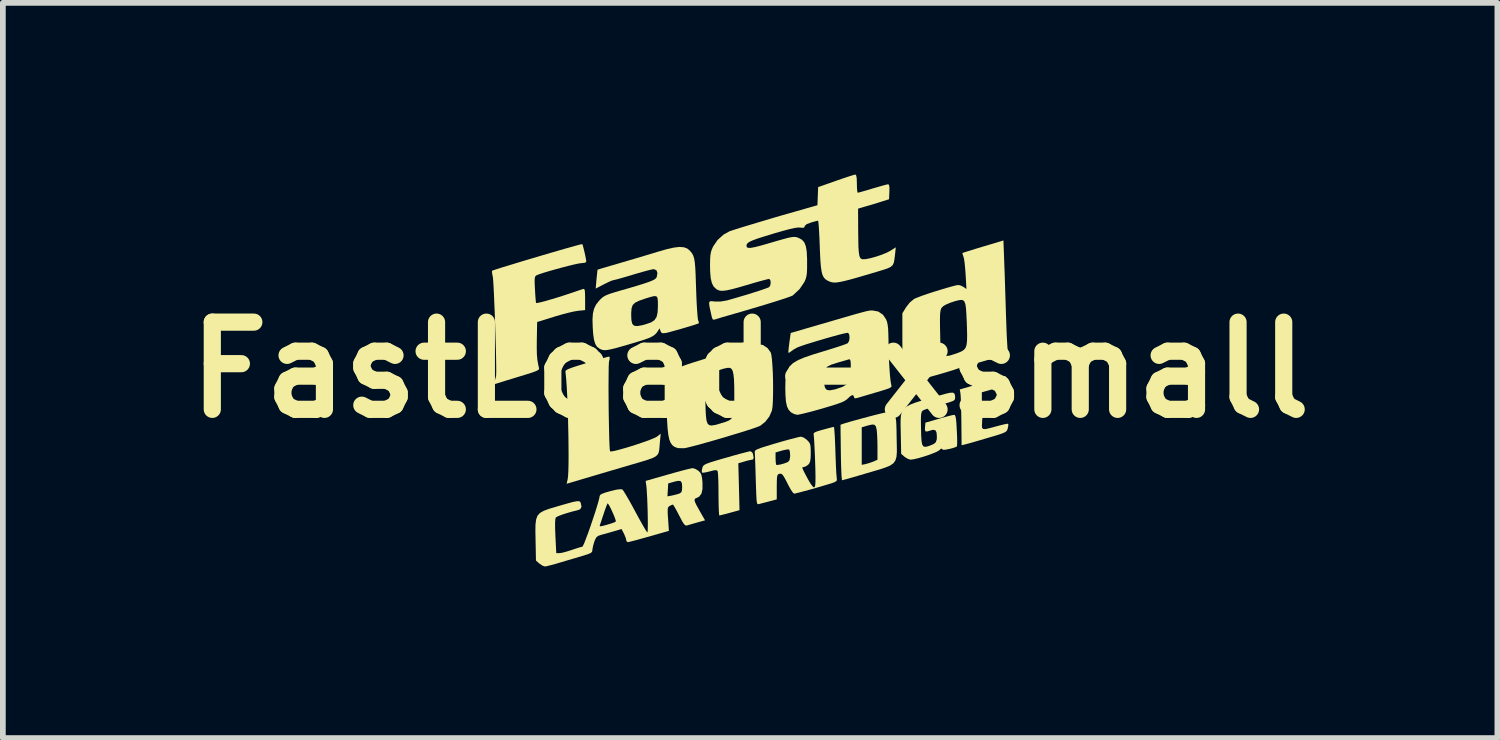
<source format=kicad_pcb>
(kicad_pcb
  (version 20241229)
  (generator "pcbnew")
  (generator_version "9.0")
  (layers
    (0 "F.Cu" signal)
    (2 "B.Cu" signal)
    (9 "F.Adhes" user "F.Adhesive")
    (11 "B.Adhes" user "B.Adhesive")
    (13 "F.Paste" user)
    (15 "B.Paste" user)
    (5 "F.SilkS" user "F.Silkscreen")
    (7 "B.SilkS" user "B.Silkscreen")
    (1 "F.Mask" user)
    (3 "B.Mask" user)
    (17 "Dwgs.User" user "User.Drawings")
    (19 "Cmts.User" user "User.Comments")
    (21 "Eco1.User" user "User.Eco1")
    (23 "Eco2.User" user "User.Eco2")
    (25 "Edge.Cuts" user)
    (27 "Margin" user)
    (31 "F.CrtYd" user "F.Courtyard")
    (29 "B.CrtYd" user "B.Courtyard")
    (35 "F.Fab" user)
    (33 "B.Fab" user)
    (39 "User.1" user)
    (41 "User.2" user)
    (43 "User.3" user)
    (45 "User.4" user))
  (footprint "FastLoad-xsmall"
    (layer "F.Cu")
    (at 10.058 3.414)
    (property "Reference" "FastLoad-xsmall" (at 0 0 0) (layer "F.SilkS") (effects (font (size 1.524 1.524) (thickness 0.3))))
    (attr board_only exclude_from_pos_files exclude_from_bom)
    (fp_poly (pts (xy 0.035 1.439) (xy 0.05 1.468) (xy 0.062 1.532) (xy 0.054 1.563) (xy 0.036 1.569) (xy 0.000335 1.575) (xy -0.059 1.589) (xy -0.099 1.601) (xy -0.206 1.632) (xy -0.195 2.042) (xy -0.185 2.451) (xy -0.355 2.498) (xy -0.434 2.519) (xy -0.498 2.535) (xy -0.534 2.544) (xy -0.538 2.544) (xy -0.542 2.524) (xy -0.546 2.468) (xy -0.549 2.384) (xy -0.551 2.277) (xy -0.552 2.168) (xy -0.553 2.045) (xy -0.555 1.935) (xy -0.559 1.847) (xy -0.564 1.788) (xy -0.569 1.765) (xy -0.588 1.753) (xy -0.627 1.754) (xy -0.695 1.771) (xy -0.706 1.774) (xy -0.773 1.79) (xy -0.823 1.797) (xy -0.841 1.795) (xy -0.845 1.768) (xy -0.836 1.719) (xy -0.835 1.715) (xy -0.828 1.692) (xy -0.815 1.673) (xy -0.793 1.656) (xy -0.756 1.638) (xy -0.697 1.617) (xy -0.611 1.59) (xy -0.493 1.555) (xy -0.424 1.536) (xy -0.3 1.5) (xy -0.188 1.469) (xy -0.096 1.445) (xy -0.03 1.428) (xy 0.002 1.421) (xy 0.003 1.421)) (stroke (width 0) (type solid)) (fill yes) (layer "F.SilkS"))
    (fp_poly (pts (xy 2.452 0.755) (xy 2.505 0.783) (xy 2.523 0.799) (xy 2.536 0.818) (xy 2.545 0.847) (xy 2.552 0.892) (xy 2.556 0.96) (xy 2.559 1.058) (xy 2.561 1.191) (xy 2.561 1.193) (xy 2.564 1.331) (xy 2.565 1.438) (xy 2.558 1.521) (xy 2.539 1.583) (xy 2.505 1.631) (xy 2.45 1.67) (xy 2.37 1.704) (xy 2.262 1.74) (xy 2.119 1.782) (xy 2.046 1.803) (xy 1.918 1.841) (xy 1.805 1.874) (xy 1.711 1.901) (xy 1.644 1.919) (xy 1.61 1.928) (xy 1.607 1.929) (xy 1.603 1.909) (xy 1.598 1.852) (xy 1.594 1.765) (xy 1.59 1.659) (xy 1.951 1.659) (xy 2.013 1.647) (xy 2.077 1.629) (xy 2.146 1.605) (xy 2.151 1.603) (xy 2.226 1.571) (xy 2.226 1.361) (xy 2.225 1.258) (xy 2.221 1.158) (xy 2.216 1.078) (xy 2.213 1.052) (xy 2.2 0.993) (xy 2.178 0.961) (xy 2.138 0.954) (xy 2.071 0.968) (xy 2.033 0.979) (xy 1.951 1.003) (xy 1.951 1.659) (xy 1.59 1.659) (xy 1.59 1.654) (xy 1.587 1.523) (xy 1.586 1.447) (xy 1.584 1.309) (xy 1.583 1.186) (xy 1.581 1.084) (xy 1.581 1.009) (xy 1.58 0.967) (xy 1.58 0.96) (xy 1.601 0.951) (xy 1.654 0.933) (xy 1.734 0.909) (xy 1.832 0.882) (xy 1.941 0.852) (xy 2.052 0.822) (xy 2.159 0.794) (xy 2.254 0.77) (xy 2.329 0.752) (xy 2.376 0.743) (xy 2.386 0.742)) (stroke (width 0) (type solid)) (fill yes) (layer "F.SilkS"))
    (fp_poly (pts (xy -2.453 -0.222) (xy -2.456 -0.183) (xy -2.464 -0.154) (xy -2.468 -0.118) (xy -2.471 -0.048) (xy -2.472 0.052) (xy -2.473 0.176) (xy -2.474 0.318) (xy -2.473 0.471) (xy -2.472 0.631) (xy -2.47 0.79) (xy -2.467 0.944) (xy -2.464 1.086) (xy -2.461 1.211) (xy -2.457 1.312) (xy -2.453 1.384) (xy -2.448 1.421) (xy -2.447 1.423) (xy -2.423 1.425) (xy -2.366 1.415) (xy -2.285 1.394) (xy -2.186 1.366) (xy -2.076 1.333) (xy -1.964 1.297) (xy -1.856 1.26) (xy -1.759 1.225) (xy -1.682 1.194) (xy -1.632 1.169) (xy -1.622 1.162) (xy -1.562 1.115) (xy -1.577 1.271) (xy -1.583 1.347) (xy -1.589 1.406) (xy -1.6 1.451) (xy -1.62 1.486) (xy -1.655 1.515) (xy -1.709 1.542) (xy -1.787 1.57) (xy -1.894 1.603) (xy -2.034 1.644) (xy -2.095 1.662) (xy -2.255 1.709) (xy -2.425 1.759) (xy -2.591 1.808) (xy -2.742 1.853) (xy -2.868 1.89) (xy -2.891 1.897) (xy -3.206 1.99) (xy -3.188 1.912) (xy -3.181 1.858) (xy -3.176 1.768) (xy -3.173 1.647) (xy -3.172 1.502) (xy -3.173 1.338) (xy -3.175 1.162) (xy -3.179 0.978) (xy -3.183 0.795) (xy -3.189 0.616) (xy -3.196 0.448) (xy -3.204 0.298) (xy -3.213 0.171) (xy -3.222 0.072) (xy -3.227 0.034) (xy -3.225 0.018) (xy -3.209 0.002) (xy -3.175 -0.016) (xy -3.117 -0.038) (xy -3.031 -0.067) (xy -2.911 -0.104) (xy -2.862 -0.119) (xy -2.743 -0.155) (xy -2.636 -0.186) (xy -2.55 -0.211) (xy -2.491 -0.227) (xy -2.466 -0.232)) (stroke (width 0) (type solid)) (fill yes) (layer "F.SilkS"))
    (fp_poly (pts (xy 4.464 0.111) (xy 4.471 0.133) (xy 4.482 0.181) (xy 4.484 0.191) (xy 4.497 0.265) (xy 4.273 0.328) (xy 4.05 0.391) (xy 4.05 0.514) (xy 4.052 0.579) (xy 4.059 0.624) (xy 4.065 0.636) (xy 4.092 0.63) (xy 4.148 0.614) (xy 4.224 0.592) (xy 4.251 0.583) (xy 4.348 0.554) (xy 4.412 0.538) (xy 4.449 0.535) (xy 4.467 0.548) (xy 4.473 0.576) (xy 4.474 0.603) (xy 4.471 0.644) (xy 4.458 0.669) (xy 4.424 0.688) (xy 4.359 0.708) (xy 4.352 0.71) (xy 4.238 0.742) (xy 4.158 0.766) (xy 4.106 0.786) (xy 4.076 0.808) (xy 4.062 0.834) (xy 4.056 0.87) (xy 4.054 0.919) (xy 4.051 0.976) (xy 4.055 1.013) (xy 4.072 1.032) (xy 4.109 1.035) (xy 4.171 1.022) (xy 4.265 0.997) (xy 4.308 0.985) (xy 4.392 0.963) (xy 4.46 0.947) (xy 4.502 0.941) (xy 4.511 0.942) (xy 4.513 0.968) (xy 4.504 1.016) (xy 4.503 1.022) (xy 4.494 1.048) (xy 4.481 1.069) (xy 4.458 1.087) (xy 4.418 1.106) (xy 4.355 1.128) (xy 4.264 1.156) (xy 4.144 1.191) (xy 4.027 1.226) (xy 3.92 1.257) (xy 3.833 1.282) (xy 3.772 1.298) (xy 3.751 1.304) (xy 3.696 1.316) (xy 3.692 0.897) (xy 3.69 0.763) (xy 3.687 0.64) (xy 3.684 0.535) (xy 3.68 0.456) (xy 3.676 0.411) (xy 3.676 0.41) (xy 3.664 0.342) (xy 3.82 0.297) (xy 3.906 0.271) (xy 4.018 0.238) (xy 4.137 0.202) (xy 4.217 0.178) (xy 4.311 0.15) (xy 4.39 0.129) (xy 4.443 0.115) (xy 4.464 0.111)) (stroke (width 0) (type solid)) (fill yes) (layer "F.SilkS"))
    (fp_poly (pts (xy 3.57 0.413) (xy 3.581 0.446) (xy 3.583 0.488) (xy 3.58 0.51) (xy 3.569 0.528) (xy 3.541 0.545) (xy 3.491 0.563) (xy 3.413 0.587) (xy 3.318 0.613) (xy 3.215 0.642) (xy 3.125 0.67) (xy 3.056 0.693) (xy 3.019 0.71) (xy 3.017 0.711) (xy 3.002 0.727) (xy 2.993 0.754) (xy 2.987 0.799) (xy 2.985 0.87) (xy 2.986 0.973) (xy 2.987 1.02) (xy 2.99 1.15) (xy 2.996 1.242) (xy 3.007 1.302) (xy 3.027 1.335) (xy 3.056 1.345) (xy 3.098 1.338) (xy 3.138 1.325) (xy 3.209 1.295) (xy 3.247 1.262) (xy 3.262 1.213) (xy 3.264 1.166) (xy 3.258 1.092) (xy 3.237 1.054) (xy 3.196 1.047) (xy 3.158 1.057) (xy 3.096 1.076) (xy 3.065 1.074) (xy 3.055 1.046) (xy 3.057 1.002) (xy 3.064 0.922) (xy 3.297 0.855) (xy 3.393 0.827) (xy 3.476 0.805) (xy 3.537 0.79) (xy 3.564 0.786) (xy 3.579 0.791) (xy 3.589 0.813) (xy 3.598 0.857) (xy 3.605 0.93) (xy 3.611 1.039) (xy 3.612 1.051) (xy 3.617 1.154) (xy 3.619 1.241) (xy 3.618 1.304) (xy 3.615 1.335) (xy 3.615 1.336) (xy 3.59 1.35) (xy 3.536 1.368) (xy 3.483 1.381) (xy 3.412 1.395) (xy 3.372 1.396) (xy 3.356 1.384) (xy 3.355 1.382) (xy 3.338 1.375) (xy 3.311 1.4) (xy 3.277 1.423) (xy 3.213 1.452) (xy 3.129 1.484) (xy 3.035 1.515) (xy 2.943 1.542) (xy 2.863 1.561) (xy 2.806 1.569) (xy 2.805 1.569) (xy 2.758 1.555) (xy 2.705 1.523) (xy 2.699 1.518) (xy 2.64 1.467) (xy 2.633 1.108) (xy 2.63 0.983) (xy 2.63 0.883) (xy 2.635 0.803) (xy 2.65 0.739) (xy 2.68 0.688) (xy 2.727 0.645) (xy 2.796 0.608) (xy 2.89 0.571) (xy 3.014 0.532) (xy 3.171 0.486) (xy 3.316 0.445) (xy 3.424 0.415) (xy 3.498 0.399) (xy 3.545 0.398)) (stroke (width 0) (type solid)) (fill yes) (layer "F.SilkS"))
    (fp_poly (pts (xy 0.224 -0.435) (xy 0.305 -0.381) (xy 0.36 -0.306) (xy 0.372 -0.261) (xy 0.382 -0.183) (xy 0.39 -0.079) (xy 0.397 0.044) (xy 0.401 0.177) (xy 0.402 0.312) (xy 0.401 0.44) (xy 0.398 0.554) (xy 0.392 0.646) (xy 0.382 0.708) (xy 0.381 0.712) (xy 0.336 0.815) (xy 0.265 0.907) (xy 0.182 0.973) (xy 0.165 0.982) (xy 0.116 1.001) (xy 0.033 1.03) (xy -0.076 1.065) (xy -0.205 1.105) (xy -0.348 1.148) (xy -0.497 1.193) (xy -0.645 1.236) (xy -0.787 1.276) (xy -0.916 1.312) (xy -1.024 1.34) (xy -1.106 1.36) (xy -1.154 1.369) (xy -1.156 1.369) (xy -1.26 1.367) (xy -1.317 1.347) (xy -1.357 1.318) (xy -1.388 1.276) (xy -1.412 1.216) (xy -1.429 1.134) (xy -1.442 1.023) (xy -1.451 0.879) (xy -1.457 0.743) (xy -1.461 0.597) (xy -1.462 0.486) (xy -1.461 0.403) (xy -1.456 0.339) (xy -1.447 0.289) (xy -1.435 0.244) (xy -1.434 0.242) (xy -1.392 0.151) (xy -0.789 0.151) (xy -0.781 0.528) (xy -0.778 0.683) (xy -0.772 0.8) (xy -0.762 0.883) (xy -0.744 0.936) (xy -0.716 0.965) (xy -0.674 0.972) (xy -0.616 0.963) (xy -0.538 0.942) (xy -0.51 0.933) (xy -0.43 0.909) (xy -0.371 0.885) (xy -0.329 0.855) (xy -0.302 0.814) (xy -0.286 0.754) (xy -0.278 0.67) (xy -0.276 0.554) (xy -0.276 0.446) (xy -0.277 0.289) (xy -0.281 0.17) (xy -0.29 0.083) (xy -0.303 0.023) (xy -0.321 -0.014) (xy -0.346 -0.033) (xy -0.349 -0.035) (xy -0.392 -0.036) (xy -0.46 -0.022) (xy -0.541 0.003) (xy -0.623 0.034) (xy -0.692 0.067) (xy -0.736 0.098) (xy -0.789 0.151) (xy -1.392 0.151) (xy -1.385 0.134) (xy -1.315 0.037) (xy -1.236 -0.036) (xy -1.205 -0.055) (xy -1.162 -0.073) (xy -1.085 -0.1) (xy -0.981 -0.134) (xy -0.856 -0.173) (xy -0.717 -0.216) (xy -0.571 -0.26) (xy -0.423 -0.304) (xy -0.28 -0.345) (xy -0.148 -0.382) (xy -0.035 -0.413) (xy 0.055 -0.436) (xy 0.114 -0.449) (xy 0.13 -0.451)) (stroke (width 0) (type solid)) (fill yes) (layer "F.SilkS"))
    (fp_poly (pts (xy -2.933 -2.198) (xy -2.923 -2.173) (xy -2.909 -2.12) (xy -2.892 -2.051) (xy -2.877 -1.981) (xy -2.866 -1.922) (xy -2.863 -1.892) (xy -2.882 -1.873) (xy -2.938 -1.866) (xy -2.946 -1.866) (xy -2.991 -1.86) (xy -3.067 -1.844) (xy -3.166 -1.82) (xy -3.279 -1.791) (xy -3.396 -1.759) (xy -3.509 -1.727) (xy -3.609 -1.697) (xy -3.687 -1.671) (xy -3.734 -1.652) (xy -3.736 -1.651) (xy -3.751 -1.638) (xy -3.761 -1.614) (xy -3.765 -1.57) (xy -3.764 -1.5) (xy -3.759 -1.405) (xy -3.754 -1.311) (xy -3.748 -1.235) (xy -3.743 -1.184) (xy -3.74 -1.169) (xy -3.717 -1.17) (xy -3.66 -1.182) (xy -3.577 -1.204) (xy -3.475 -1.233) (xy -3.362 -1.267) (xy -3.243 -1.305) (xy -3.18 -1.326) (xy -3.086 -1.357) (xy -3.005 -1.385) (xy -2.945 -1.405) (xy -2.921 -1.413) (xy -2.903 -1.415) (xy -2.892 -1.402) (xy -2.886 -1.366) (xy -2.884 -1.3) (xy -2.883 -1.235) (xy -2.883 -1.045) (xy -3.005 -1.033) (xy -3.071 -1.022) (xy -3.165 -1.001) (xy -3.277 -0.972) (xy -3.395 -0.938) (xy -3.424 -0.929) (xy -3.721 -0.837) (xy -3.727 -0.53) (xy -3.728 -0.386) (xy -3.726 -0.273) (xy -3.718 -0.181) (xy -3.704 -0.098) (xy -3.687 -0.022) (xy -3.695 -0.004) (xy -3.732 0.017) (xy -3.802 0.044) (xy -3.909 0.078) (xy -3.912 0.079) (xy -4.027 0.114) (xy -4.147 0.151) (xy -4.256 0.184) (xy -4.309 0.201) (xy -4.474 0.251) (xy -4.461 0.194) (xy -4.448 0.141) (xy -4.439 0.108) (xy -4.437 0.077) (xy -4.436 0.009) (xy -4.437 -0.09) (xy -4.439 -0.214) (xy -4.442 -0.358) (xy -4.447 -0.516) (xy -4.452 -0.682) (xy -4.457 -0.851) (xy -4.463 -1.017) (xy -4.47 -1.174) (xy -4.476 -1.317) (xy -4.482 -1.44) (xy -4.488 -1.538) (xy -4.493 -1.604) (xy -4.497 -1.63) (xy -4.508 -1.687) (xy -4.511 -1.725) (xy -4.509 -1.732) (xy -4.486 -1.741) (xy -4.427 -1.761) (xy -4.339 -1.789) (xy -4.227 -1.823) (xy -4.097 -1.863) (xy -3.952 -1.907) (xy -3.8 -1.952) (xy -3.645 -1.998) (xy -3.492 -2.043) (xy -3.348 -2.085) (xy -3.217 -2.123) (xy -3.104 -2.154) (xy -3.016 -2.179) (xy -2.957 -2.194) (xy -2.933 -2.198)) (stroke (width 0) (type solid)) (fill yes) (layer "F.SilkS"))
    (fp_poly (pts (xy 4.44 -1.921) (xy 4.444 -1.804) (xy 4.45 -1.655) (xy 4.455 -1.485) (xy 4.461 -1.302) (xy 4.467 -1.118) (xy 4.471 -0.975) (xy 4.477 -0.817) (xy 4.482 -0.672) (xy 4.488 -0.544) (xy 4.494 -0.441) (xy 4.499 -0.367) (xy 4.504 -0.329) (xy 4.504 -0.327) (xy 4.507 -0.309) (xy 4.499 -0.293) (xy 4.473 -0.277) (xy 4.425 -0.257) (xy 4.347 -0.232) (xy 4.235 -0.198) (xy 4.224 -0.195) (xy 4.118 -0.163) (xy 4.025 -0.136) (xy 3.954 -0.117) (xy 3.913 -0.107) (xy 3.907 -0.106) (xy 3.885 -0.124) (xy 3.873 -0.151) (xy 3.864 -0.178) (xy 3.849 -0.178) (xy 3.821 -0.149) (xy 3.806 -0.132) (xy 3.779 -0.103) (xy 3.747 -0.078) (xy 3.703 -0.054) (xy 3.642 -0.028) (xy 3.558 0.000457) (xy 3.446 0.035) (xy 3.3 0.078) (xy 3.278 0.085) (xy 3.139 0.123) (xy 3.033 0.15) (xy 2.953 0.163) (xy 2.892 0.165) (xy 2.843 0.156) (xy 2.799 0.137) (xy 2.786 0.13) (xy 2.749 0.103) (xy 2.719 0.072) (xy 2.697 0.031) (xy 2.681 -0.026) (xy 2.671 -0.103) (xy 2.665 -0.206) (xy 2.662 -0.341) (xy 2.661 -0.513) (xy 2.661 -0.521) (xy 2.661 -0.862) (xy 3.318 -0.862) (xy 3.319 -0.751) (xy 3.322 -0.605) (xy 3.324 -0.505) (xy 3.329 -0.386) (xy 3.343 -0.305) (xy 3.371 -0.258) (xy 3.419 -0.241) (xy 3.491 -0.251) (xy 3.595 -0.284) (xy 3.639 -0.3) (xy 3.694 -0.323) (xy 3.735 -0.349) (xy 3.764 -0.383) (xy 3.782 -0.433) (xy 3.791 -0.504) (xy 3.793 -0.602) (xy 3.79 -0.733) (xy 3.787 -0.823) (xy 3.78 -0.968) (xy 3.773 -1.075) (xy 3.762 -1.149) (xy 3.745 -1.196) (xy 3.719 -1.219) (xy 3.682 -1.223) (xy 3.63 -1.214) (xy 3.571 -1.198) (xy 3.49 -1.171) (xy 3.417 -1.139) (xy 3.374 -1.112) (xy 3.355 -1.094) (xy 3.34 -1.074) (xy 3.33 -1.046) (xy 3.323 -1.005) (xy 3.319 -0.945) (xy 3.318 -0.862) (xy 2.661 -0.862) (xy 2.661 -0.989) (xy 2.725 -1.093) (xy 2.79 -1.177) (xy 2.864 -1.238) (xy 2.874 -1.244) (xy 2.921 -1.264) (xy 2.997 -1.293) (xy 3.095 -1.327) (xy 3.205 -1.363) (xy 3.319 -1.398) (xy 3.428 -1.431) (xy 3.524 -1.458) (xy 3.597 -1.477) (xy 3.64 -1.484) (xy 3.642 -1.484) (xy 3.687 -1.472) (xy 3.73 -1.449) (xy 3.781 -1.413) (xy 3.766 -1.672) (xy 3.758 -1.777) (xy 3.749 -1.871) (xy 3.738 -1.944) (xy 3.727 -1.983) (xy 3.713 -2.024) (xy 3.712 -2.043) (xy 3.734 -2.051) (xy 3.791 -2.069) (xy 3.874 -2.095) (xy 3.977 -2.127) (xy 4.074 -2.156) (xy 4.427 -2.262)) (stroke (width 0) (type solid)) (fill yes) (layer "F.SilkS"))
    (fp_poly (pts (xy 2.24 -1.02) (xy 2.322 -0.964) (xy 2.376 -0.884) (xy 2.393 -0.84) (xy 2.404 -0.788) (xy 2.412 -0.719) (xy 2.416 -0.626) (xy 2.419 -0.5) (xy 2.419 -0.488) (xy 2.421 -0.33) (xy 2.427 -0.176) (xy 2.435 -0.033) (xy 2.444 0.091) (xy 2.454 0.189) (xy 2.465 0.254) (xy 2.469 0.267) (xy 2.472 0.285) (xy 2.463 0.301) (xy 2.437 0.318) (xy 2.386 0.337) (xy 2.306 0.362) (xy 2.212 0.39) (xy 2.105 0.422) (xy 2.009 0.45) (xy 1.932 0.473) (xy 1.885 0.487) (xy 1.882 0.488) (xy 1.84 0.497) (xy 1.823 0.492) (xy 1.813 0.463) (xy 1.805 0.449) (xy 1.786 0.44) (xy 1.753 0.458) (xy 1.715 0.493) (xy 1.685 0.52) (xy 1.648 0.544) (xy 1.598 0.568) (xy 1.528 0.593) (xy 1.433 0.624) (xy 1.305 0.662) (xy 1.262 0.675) (xy 1.137 0.71) (xy 1.024 0.74) (xy 0.929 0.764) (xy 0.859 0.779) (xy 0.824 0.785) (xy 0.768 0.771) (xy 0.714 0.741) (xy 0.674 0.698) (xy 0.645 0.639) (xy 0.627 0.556) (xy 0.618 0.443) (xy 0.615 0.312) (xy 0.618 0.189) (xy 0.626 0.111) (xy 1.289 0.111) (xy 1.29 0.15) (xy 1.295 0.252) (xy 1.311 0.317) (xy 1.343 0.351) (xy 1.396 0.357) (xy 1.476 0.342) (xy 1.495 0.337) (xy 1.614 0.297) (xy 1.693 0.251) (xy 1.736 0.199) (xy 1.747 0.153) (xy 1.756 0.079) (xy 1.76 -0.008) (xy 1.76 -0.024) (xy 1.759 -0.108) (xy 1.755 -0.158) (xy 1.746 -0.181) (xy 1.73 -0.185) (xy 1.723 -0.183) (xy 1.685 -0.172) (xy 1.62 -0.153) (xy 1.54 -0.13) (xy 1.527 -0.126) (xy 1.423 -0.093) (xy 1.355 -0.061) (xy 1.314 -0.021) (xy 1.295 0.033) (xy 1.289 0.111) (xy 0.626 0.111) (xy 0.628 0.088) (xy 0.651 0.006) (xy 0.69 -0.061) (xy 0.75 -0.118) (xy 0.835 -0.169) (xy 0.949 -0.218) (xy 1.096 -0.268) (xy 1.263 -0.319) (xy 1.39 -0.358) (xy 1.505 -0.394) (xy 1.6 -0.425) (xy 1.669 -0.45) (xy 1.705 -0.466) (xy 1.708 -0.468) (xy 1.729 -0.504) (xy 1.738 -0.558) (xy 1.734 -0.61) (xy 1.717 -0.644) (xy 1.711 -0.648) (xy 1.683 -0.645) (xy 1.622 -0.632) (xy 1.536 -0.61) (xy 1.431 -0.581) (xy 1.315 -0.548) (xy 1.196 -0.513) (xy 1.081 -0.478) (xy 0.977 -0.446) (xy 0.892 -0.417) (xy 0.832 -0.395) (xy 0.816 -0.387) (xy 0.759 -0.355) (xy 0.715 -0.323) (xy 0.684 -0.301) (xy 0.67 -0.299) (xy 0.669 -0.322) (xy 0.674 -0.377) (xy 0.683 -0.453) (xy 0.686 -0.476) (xy 0.71 -0.645) (xy 1.24 -0.8) (xy 1.445 -0.859) (xy 1.612 -0.908) (xy 1.747 -0.947) (xy 1.854 -0.978) (xy 1.936 -1) (xy 1.998 -1.017) (xy 2.043 -1.028) (xy 2.077 -1.034) (xy 2.102 -1.038) (xy 2.123 -1.039) (xy 2.137 -1.039)) (stroke (width 0) (type solid)) (fill yes) (layer "F.SilkS"))
    (fp_poly (pts (xy 1.469 1.016) (xy 1.474 1.073) (xy 1.48 1.159) (xy 1.485 1.269) (xy 1.49 1.397) (xy 1.491 1.44) (xy 1.496 1.574) (xy 1.501 1.695) (xy 1.506 1.796) (xy 1.512 1.87) (xy 1.516 1.91) (xy 1.517 1.914) (xy 1.513 1.939) (xy 1.476 1.962) (xy 1.427 1.98) (xy 1.352 2.003) (xy 1.258 2.031) (xy 1.153 2.062) (xy 1.046 2.092) (xy 0.946 2.119) (xy 0.86 2.142) (xy 0.799 2.157) (xy 0.77 2.163) (xy 0.748 2.145) (xy 0.715 2.098) (xy 0.677 2.03) (xy 0.666 2.009) (xy 0.62 1.918) (xy 0.587 1.86) (xy 0.562 1.827) (xy 0.54 1.815) (xy 0.517 1.815) (xy 0.508 1.817) (xy 0.489 1.826) (xy 0.477 1.845) (xy 0.47 1.882) (xy 0.467 1.945) (xy 0.466 2.043) (xy 0.466 2.046) (xy 0.466 2.263) (xy 0.334 2.298) (xy 0.257 2.318) (xy 0.191 2.335) (xy 0.157 2.344) (xy 0.142 2.347) (xy 0.13 2.344) (xy 0.122 2.328) (xy 0.115 2.294) (xy 0.111 2.239) (xy 0.107 2.155) (xy 0.103 2.039) (xy 0.099 1.915) (xy 0.095 1.78) (xy 0.091 1.658) (xy 0.087 1.556) (xy 0.087 1.545) (xy 0.445 1.545) (xy 0.448 1.607) (xy 0.453 1.649) (xy 0.457 1.659) (xy 0.484 1.661) (xy 0.535 1.652) (xy 0.596 1.635) (xy 0.651 1.614) (xy 0.663 1.608) (xy 0.689 1.578) (xy 0.699 1.52) (xy 0.7 1.495) (xy 0.696 1.436) (xy 0.686 1.397) (xy 0.681 1.39) (xy 0.652 1.39) (xy 0.597 1.4) (xy 0.554 1.411) (xy 0.445 1.443) (xy 0.445 1.545) (xy 0.087 1.545) (xy 0.084 1.48) (xy 0.081 1.438) (xy 0.081 1.433) (xy 0.083 1.418) (xy 0.098 1.402) (xy 0.131 1.385) (xy 0.188 1.363) (xy 0.273 1.336) (xy 0.391 1.3) (xy 0.456 1.281) (xy 0.579 1.245) (xy 0.692 1.214) (xy 0.786 1.19) (xy 0.853 1.173) (xy 0.887 1.167) (xy 0.934 1.181) (xy 0.987 1.218) (xy 0.998 1.228) (xy 1.03 1.263) (xy 1.049 1.298) (xy 1.057 1.345) (xy 1.06 1.417) (xy 1.06 1.451) (xy 1.058 1.539) (xy 1.05 1.596) (xy 1.035 1.633) (xy 1.018 1.654) (xy 0.976 1.685) (xy 0.943 1.696) (xy 0.915 1.702) (xy 0.912 1.707) (xy 0.921 1.735) (xy 0.946 1.787) (xy 0.98 1.852) (xy 1.016 1.919) (xy 1.049 1.975) (xy 1.064 1.998) (xy 1.092 2.035) (xy 1.113 2.053) (xy 1.128 2.049) (xy 1.138 2.02) (xy 1.142 1.962) (xy 1.143 1.871) (xy 1.141 1.744) (xy 1.137 1.617) (xy 1.132 1.482) (xy 1.126 1.36) (xy 1.121 1.257) (xy 1.116 1.181) (xy 1.112 1.139) (xy 1.111 1.134) (xy 1.11 1.112) (xy 1.126 1.094) (xy 1.165 1.077) (xy 1.235 1.055) (xy 1.276 1.044) (xy 1.357 1.022) (xy 1.422 1.005) (xy 1.46 0.997) (xy 1.465 0.996)) (stroke (width 0) (type solid)) (fill yes) (layer "F.SilkS"))
    (fp_poly (pts (xy -1.158 -2.143) (xy -1.1 -2.122) (xy -1.07 -2.099) (xy -1.037 -2.066) (xy -1.012 -2.033) (xy -0.992 -1.994) (xy -0.977 -1.944) (xy -0.966 -1.876) (xy -0.958 -1.785) (xy -0.952 -1.666) (xy -0.947 -1.513) (xy -0.944 -1.433) (xy -0.939 -1.287) (xy -0.933 -1.154) (xy -0.926 -1.039) (xy -0.919 -0.949) (xy -0.913 -0.891) (xy -0.909 -0.873) (xy -0.896 -0.832) (xy -0.895 -0.815) (xy -0.918 -0.806) (xy -0.973 -0.787) (xy -1.051 -0.763) (xy -1.142 -0.736) (xy -1.237 -0.708) (xy -1.328 -0.683) (xy -1.404 -0.662) (xy -1.457 -0.648) (xy -1.468 -0.646) (xy -1.522 -0.64) (xy -1.55 -0.65) (xy -1.565 -0.678) (xy -1.582 -0.726) (xy -1.618 -0.67) (xy -1.643 -0.637) (xy -1.674 -0.608) (xy -1.715 -0.582) (xy -1.773 -0.555) (xy -1.855 -0.526) (xy -1.965 -0.492) (xy -2.11 -0.449) (xy -2.118 -0.446) (xy -2.261 -0.405) (xy -2.37 -0.375) (xy -2.451 -0.356) (xy -2.51 -0.346) (xy -2.553 -0.345) (xy -2.587 -0.351) (xy -2.618 -0.364) (xy -2.63 -0.37) (xy -2.674 -0.403) (xy -2.705 -0.452) (xy -2.727 -0.524) (xy -2.742 -0.625) (xy -2.75 -0.743) (xy -2.754 -0.88) (xy -2.748 -0.966) (xy -2.078 -0.966) (xy -2.074 -0.868) (xy -2.059 -0.805) (xy -2.027 -0.772) (xy -1.97 -0.766) (xy -1.884 -0.781) (xy -1.827 -0.797) (xy -1.733 -0.829) (xy -1.671 -0.869) (xy -1.634 -0.925) (xy -1.616 -1.006) (xy -1.611 -1.114) (xy -1.612 -1.202) (xy -1.618 -1.258) (xy -1.637 -1.286) (xy -1.676 -1.29) (xy -1.742 -1.274) (xy -1.839 -1.244) (xy -1.941 -1.208) (xy -2.01 -1.174) (xy -2.051 -1.134) (xy -2.071 -1.079) (xy -2.077 -1.002) (xy -2.078 -0.966) (xy -2.748 -0.966) (xy -2.747 -0.985) (xy -2.727 -1.068) (xy -2.693 -1.139) (xy -2.645 -1.201) (xy -2.606 -1.243) (xy -2.567 -1.276) (xy -2.521 -1.302) (xy -2.459 -1.327) (xy -2.371 -1.355) (xy -2.28 -1.382) (xy -2.102 -1.433) (xy -1.961 -1.475) (xy -1.852 -1.509) (xy -1.77 -1.537) (xy -1.712 -1.56) (xy -1.673 -1.579) (xy -1.649 -1.598) (xy -1.635 -1.616) (xy -1.631 -1.626) (xy -1.619 -1.693) (xy -1.636 -1.74) (xy -1.679 -1.76) (xy -1.685 -1.76) (xy -1.722 -1.754) (xy -1.791 -1.737) (xy -1.883 -1.712) (xy -1.991 -1.681) (xy -2.047 -1.664) (xy -2.157 -1.631) (xy -2.254 -1.603) (xy -2.33 -1.582) (xy -2.377 -1.571) (xy -2.387 -1.569) (xy -2.418 -1.56) (xy -2.475 -1.535) (xy -2.546 -1.5) (xy -2.556 -1.495) (xy -2.698 -1.421) (xy -2.684 -1.584) (xy -2.676 -1.662) (xy -2.67 -1.721) (xy -2.665 -1.75) (xy -2.665 -1.751) (xy -2.644 -1.758) (xy -2.589 -1.775) (xy -2.506 -1.799) (xy -2.402 -1.83) (xy -2.282 -1.865) (xy -2.279 -1.866) (xy -2.133 -1.909) (xy -1.976 -1.955) (xy -1.823 -2.001) (xy -1.689 -2.041) (xy -1.622 -2.062) (xy -1.461 -2.108) (xy -1.334 -2.137) (xy -1.234 -2.149)) (stroke (width 0) (type solid)) (fill yes) (layer "F.SilkS"))
    (fp_poly (pts (xy 1.854 -3.398) (xy 1.863 -3.35) (xy 1.866 -3.264) (xy 1.866 -3.255) (xy 1.868 -3.179) (xy 1.873 -3.122) (xy 1.88 -3.096) (xy 1.882 -3.096) (xy 1.907 -3.102) (xy 1.965 -3.118) (xy 2.045 -3.141) (xy 2.141 -3.17) (xy 2.141 -3.17) (xy 2.239 -3.198) (xy 2.322 -3.222) (xy 2.383 -3.238) (xy 2.413 -3.244) (xy 2.428 -3.231) (xy 2.435 -3.189) (xy 2.434 -3.113) (xy 2.428 -2.982) (xy 2.311 -2.945) (xy 2.228 -2.919) (xy 2.128 -2.888) (xy 2.041 -2.863) (xy 1.887 -2.818) (xy 1.889 -2.432) (xy 1.891 -2.275) (xy 1.893 -2.154) (xy 1.899 -2.066) (xy 1.907 -2.006) (xy 1.919 -1.967) (xy 1.936 -1.945) (xy 1.958 -1.935) (xy 1.966 -1.933) (xy 2.022 -1.936) (xy 2.104 -1.952) (xy 2.201 -1.979) (xy 2.299 -2.012) (xy 2.387 -2.048) (xy 2.449 -2.08) (xy 2.546 -2.142) (xy 2.532 -2.009) (xy 2.522 -1.929) (xy 2.511 -1.871) (xy 2.491 -1.83) (xy 2.455 -1.799) (xy 2.398 -1.772) (xy 2.312 -1.744) (xy 2.214 -1.714) (xy 2.021 -1.657) (xy 1.864 -1.611) (xy 1.738 -1.576) (xy 1.638 -1.551) (xy 1.561 -1.535) (xy 1.502 -1.527) (xy 1.455 -1.527) (xy 1.417 -1.534) (xy 1.382 -1.546) (xy 1.354 -1.56) (xy 1.317 -1.583) (xy 1.289 -1.614) (xy 1.266 -1.657) (xy 1.25 -1.718) (xy 1.237 -1.803) (xy 1.228 -1.916) (xy 1.221 -2.063) (xy 1.217 -2.17) (xy 1.212 -2.301) (xy 1.206 -2.416) (xy 1.2 -2.51) (xy 1.194 -2.575) (xy 1.189 -2.606) (xy 1.188 -2.608) (xy 1.161 -2.602) (xy 1.108 -2.588) (xy 1.064 -2.575) (xy 0.989 -2.547) (xy 0.956 -2.517) (xy 0.954 -2.509) (xy 0.945 -2.487) (xy 0.912 -2.483) (xy 0.878 -2.487) (xy 0.838 -2.488) (xy 0.778 -2.48) (xy 0.693 -2.461) (xy 0.58 -2.431) (xy 0.432 -2.389) (xy 0.388 -2.375) (xy 0.24 -2.33) (xy 0.127 -2.294) (xy 0.046 -2.264) (xy -0.009 -2.239) (xy -0.042 -2.216) (xy -0.059 -2.193) (xy -0.063 -2.168) (xy -0.063 -2.167) (xy -0.057 -2.144) (xy -0.033 -2.133) (xy 0.013 -2.133) (xy 0.085 -2.146) (xy 0.187 -2.172) (xy 0.323 -2.211) (xy 0.469 -2.254) (xy 0.579 -2.285) (xy 0.661 -2.307) (xy 0.721 -2.319) (xy 0.765 -2.324) (xy 0.798 -2.322) (xy 0.828 -2.314) (xy 0.853 -2.304) (xy 0.908 -2.273) (xy 0.948 -2.227) (xy 0.974 -2.161) (xy 0.99 -2.067) (xy 0.996 -1.941) (xy 0.996 -1.878) (xy 0.996 -1.767) (xy 0.992 -1.688) (xy 0.983 -1.63) (xy 0.969 -1.582) (xy 0.947 -1.533) (xy 0.945 -1.531) (xy 0.866 -1.413) (xy 0.754 -1.308) (xy 0.742 -1.299) (xy 0.71 -1.285) (xy 0.641 -1.26) (xy 0.538 -1.226) (xy 0.405 -1.184) (xy 0.246 -1.135) (xy 0.065 -1.081) (xy -0.135 -1.022) (xy -0.287 -0.978) (xy -0.395 -0.947) (xy -0.491 -0.919) (xy -0.566 -0.896) (xy -0.612 -0.882) (xy -0.62 -0.879) (xy -0.651 -0.88) (xy -0.667 -0.915) (xy -0.693 -1.031) (xy -0.71 -1.111) (xy -0.716 -1.162) (xy -0.711 -1.19) (xy -0.692 -1.2) (xy -0.66 -1.2) (xy -0.62 -1.195) (xy -0.521 -1.194) (xy -0.413 -1.212) (xy -0.403 -1.214) (xy -0.294 -1.245) (xy -0.175 -1.28) (xy -0.053 -1.316) (xy 0.064 -1.353) (xy 0.168 -1.386) (xy 0.253 -1.415) (xy 0.311 -1.436) (xy 0.334 -1.447) (xy 0.354 -1.481) (xy 0.36 -1.527) (xy 0.354 -1.569) (xy 0.334 -1.59) (xy 0.331 -1.59) (xy 0.302 -1.584) (xy 0.24 -1.568) (xy 0.151 -1.544) (xy 0.043 -1.513) (xy -0.055 -1.484) (xy -0.206 -1.44) (xy -0.322 -1.409) (xy -0.41 -1.39) (xy -0.476 -1.382) (xy -0.525 -1.384) (xy -0.563 -1.396) (xy -0.591 -1.413) (xy -0.637 -1.456) (xy -0.668 -1.517) (xy -0.688 -1.602) (xy -0.698 -1.718) (xy -0.7 -1.819) (xy -0.699 -1.925) (xy -0.694 -2.001) (xy -0.684 -2.059) (xy -0.667 -2.11) (xy -0.644 -2.16) (xy -0.568 -2.27) (xy -0.464 -2.364) (xy -0.36 -2.422) (xy -0.321 -2.435) (xy -0.248 -2.459) (xy -0.146 -2.491) (xy -0.024 -2.528) (xy 0.112 -2.569) (xy 0.257 -2.612) (xy 0.403 -2.656) (xy 0.544 -2.697) (xy 0.673 -2.734) (xy 0.678 -2.735) (xy 0.789 -2.767) (xy 0.9 -2.798) (xy 0.995 -2.826) (xy 1.049 -2.841) (xy 1.177 -2.878) (xy 1.183 -3.036) (xy 1.189 -3.194) (xy 1.501 -3.304) (xy 1.61 -3.342) (xy 1.706 -3.374) (xy 1.781 -3.398) (xy 1.828 -3.412) (xy 1.839 -3.414)) (stroke (width 0) (type solid)) (fill yes) (layer "F.SilkS"))
    (fp_poly (pts (xy -0.955 1.731) (xy -0.903 1.763) (xy -0.9 1.766) (xy -0.869 1.798) (xy -0.85 1.837) (xy -0.839 1.894) (xy -0.832 1.967) (xy -0.832 2.083) (xy -0.851 2.164) (xy -0.891 2.216) (xy -0.932 2.237) (xy -0.96 2.249) (xy -0.971 2.269) (xy -0.965 2.304) (xy -0.939 2.36) (xy -0.893 2.443) (xy -0.881 2.465) (xy -0.787 2.629) (xy -0.908 2.662) (xy -0.985 2.684) (xy -1.054 2.704) (xy -1.085 2.714) (xy -1.112 2.72) (xy -1.134 2.715) (xy -1.156 2.693) (xy -1.185 2.648) (xy -1.225 2.572) (xy -1.24 2.543) (xy -1.282 2.463) (xy -1.317 2.4) (xy -1.341 2.362) (xy -1.349 2.353) (xy -1.374 2.362) (xy -1.404 2.377) (xy -1.424 2.39) (xy -1.436 2.411) (xy -1.44 2.446) (xy -1.44 2.506) (xy -1.434 2.599) (xy -1.433 2.606) (xy -1.419 2.813) (xy -1.765 2.912) (xy -1.881 2.944) (xy -1.984 2.973) (xy -2.066 2.994) (xy -2.119 3.007) (xy -2.137 3.011) (xy -2.16 2.994) (xy -2.163 2.978) (xy -2.172 2.94) (xy -2.195 2.883) (xy -2.204 2.863) (xy -2.246 2.781) (xy -2.379 2.82) (xy -2.466 2.845) (xy -2.551 2.869) (xy -2.601 2.882) (xy -2.656 2.901) (xy -2.689 2.929) (xy -2.714 2.979) (xy -2.723 3.004) (xy -2.743 3.073) (xy -2.755 3.133) (xy -2.756 3.151) (xy -2.762 3.178) (xy -2.783 3.199) (xy -2.829 3.219) (xy -2.907 3.244) (xy -2.91 3.245) (xy -2.996 3.27) (xy -3.106 3.303) (xy -3.225 3.338) (xy -3.305 3.362) (xy -3.403 3.391) (xy -3.489 3.414) (xy -3.553 3.43) (xy -3.585 3.435) (xy -3.626 3.422) (xy -3.676 3.389) (xy -3.683 3.384) (xy -3.742 3.332) (xy -3.749 2.969) (xy -3.752 2.816) (xy -3.75 2.7) (xy -3.739 2.613) (xy -3.715 2.548) (xy -3.672 2.5) (xy -3.605 2.462) (xy -3.51 2.427) (xy -3.382 2.389) (xy -3.307 2.367) (xy -3.184 2.332) (xy -3.096 2.308) (xy -3.035 2.296) (xy -2.997 2.294) (xy -2.975 2.301) (xy -2.963 2.316) (xy -2.96 2.323) (xy -2.946 2.391) (xy -2.967 2.433) (xy -3.005 2.45) (xy -3.103 2.474) (xy -3.2 2.502) (xy -3.287 2.53) (xy -3.354 2.556) (xy -3.391 2.576) (xy -3.394 2.578) (xy -3.404 2.61) (xy -3.408 2.676) (xy -3.407 2.78) (xy -3.402 2.904) (xy -3.387 3.202) (xy -3.33 3.202) (xy -3.282 3.195) (xy -3.21 3.176) (xy -3.127 3.15) (xy -3.115 3.146) (xy -3.037 3.12) (xy -2.973 3.1) (xy -2.934 3.09) (xy -2.931 3.09) (xy -2.918 3.07) (xy -2.894 3.017) (xy -2.864 2.938) (xy -2.827 2.84) (xy -2.788 2.729) (xy -2.787 2.726) (xy -2.628 2.726) (xy -2.618 2.733) (xy -2.586 2.729) (xy -2.526 2.713) (xy -2.484 2.701) (xy -2.416 2.68) (xy -2.365 2.661) (xy -2.347 2.651) (xy -2.349 2.627) (xy -2.366 2.578) (xy -2.392 2.514) (xy -2.423 2.446) (xy -2.453 2.385) (xy -2.478 2.344) (xy -2.49 2.332) (xy -2.5 2.351) (xy -2.519 2.401) (xy -2.545 2.473) (xy -2.556 2.507) (xy -2.584 2.59) (xy -2.606 2.658) (xy -2.621 2.701) (xy -2.624 2.709) (xy -2.628 2.726) (xy -2.787 2.726) (xy -2.749 2.613) (xy -2.711 2.499) (xy -2.678 2.394) (xy -2.652 2.305) (xy -2.635 2.24) (xy -2.629 2.206) (xy -2.619 2.184) (xy -2.585 2.164) (xy -2.521 2.141) (xy -2.446 2.12) (xy -2.336 2.093) (xy -2.263 2.085) (xy -2.232 2.09) (xy -2.213 2.114) (xy -2.178 2.17) (xy -2.13 2.251) (xy -2.074 2.351) (xy -2.012 2.465) (xy -2.007 2.475) (xy -1.946 2.588) (xy -1.891 2.686) (xy -1.846 2.765) (xy -1.813 2.818) (xy -1.795 2.84) (xy -1.795 2.841) (xy -1.79 2.821) (xy -1.788 2.766) (xy -1.787 2.685) (xy -1.788 2.584) (xy -1.79 2.472) (xy -1.794 2.356) (xy -1.798 2.243) (xy -1.8 2.21) (xy -1.444 2.21) (xy -1.366 2.196) (xy -1.299 2.18) (xy -1.241 2.163) (xy -1.238 2.162) (xy -1.206 2.143) (xy -1.191 2.11) (xy -1.187 2.05) (xy -1.187 2.046) (xy -1.192 1.98) (xy -1.211 1.945) (xy -1.253 1.938) (xy -1.325 1.953) (xy -1.336 1.957) (xy -1.431 1.984) (xy -1.444 2.21) (xy -1.8 2.21) (xy -1.804 2.142) (xy -1.809 2.06) (xy -1.815 2.014) (xy -1.825 1.94) (xy -1.437 1.829) (xy -1.313 1.794) (xy -1.2 1.763) (xy -1.106 1.739) (xy -1.038 1.723) (xy -1.003 1.717) (xy -1.003 1.717)) (stroke (width 0) (type solid)) (fill yes) (layer "F.SilkS")))
  (gr_rect
    (start -3 -3)
    (end 23.117 9.848)
    (stroke (width 0.1) (type default))
    (fill no)
    (layer "Edge.Cuts")))
</source>
